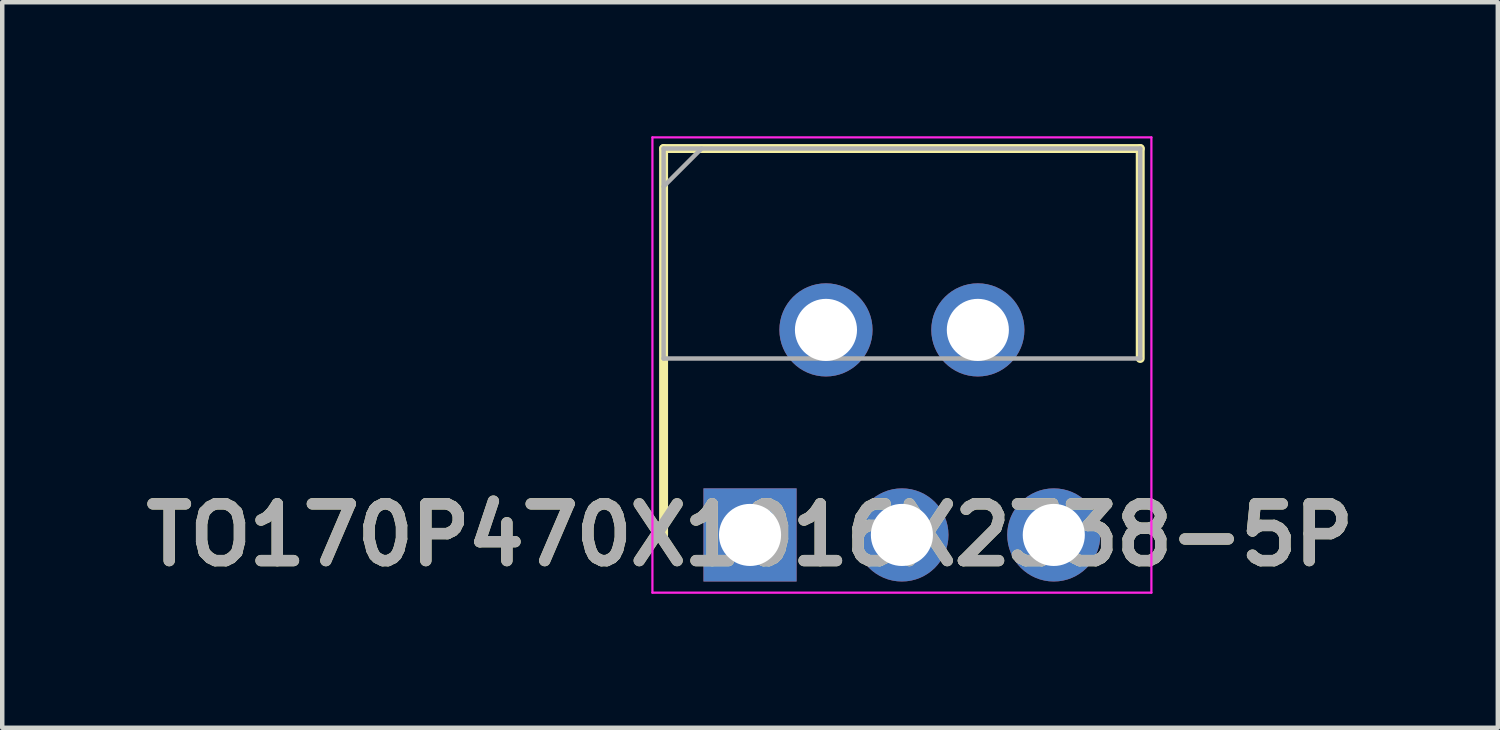
<source format=kicad_pcb>
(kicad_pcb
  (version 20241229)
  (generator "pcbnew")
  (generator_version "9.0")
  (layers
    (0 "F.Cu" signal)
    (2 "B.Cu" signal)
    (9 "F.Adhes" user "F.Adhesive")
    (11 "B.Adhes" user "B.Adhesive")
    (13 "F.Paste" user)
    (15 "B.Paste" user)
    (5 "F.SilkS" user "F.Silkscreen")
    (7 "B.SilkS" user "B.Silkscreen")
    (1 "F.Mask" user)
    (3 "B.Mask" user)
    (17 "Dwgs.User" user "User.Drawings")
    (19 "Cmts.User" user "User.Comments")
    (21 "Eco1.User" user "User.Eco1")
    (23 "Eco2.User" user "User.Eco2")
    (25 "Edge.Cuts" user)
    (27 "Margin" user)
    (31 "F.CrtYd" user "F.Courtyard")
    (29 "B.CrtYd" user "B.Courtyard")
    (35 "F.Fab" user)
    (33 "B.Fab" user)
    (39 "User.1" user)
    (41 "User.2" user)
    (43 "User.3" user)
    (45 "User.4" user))
  (footprint "TO170P470X1016X2338-5P"
    (layer "F.Cu")
    (at 13.74 8.925)
    (property "Reference" "TO170P470X1016X2338-5P" (at 0 0 0) (layer "F.SilkS") (effects (font (size 1.27 1.27) (thickness 0.254))))
    (attr through_hole)
    (fp_line (start -1.935 -8.65) (end -1.935 0) (stroke (width 0.2) (type solid)) (layer "F.SilkS"))
    (fp_line (start 8.735 -8.65) (end -1.935 -8.65) (stroke (width 0.2) (type solid)) (layer "F.SilkS"))
    (fp_line (start 8.735 -3.95) (end 8.735 -8.65) (stroke (width 0.2) (type solid)) (layer "F.SilkS"))
    (fp_line (start -2.185 -8.9) (end 8.985 -8.9) (stroke (width 0.05) (type solid)) (layer "F.CrtYd"))
    (fp_line (start -2.185 1.292) (end -2.185 -8.9) (stroke (width 0.05) (type solid)) (layer "F.CrtYd"))
    (fp_line (start 8.985 -8.9) (end 8.985 1.292) (stroke (width 0.05) (type solid)) (layer "F.CrtYd"))
    (fp_line (start 8.985 1.292) (end -2.185 1.292) (stroke (width 0.05) (type solid)) (layer "F.CrtYd"))
    (fp_line (start -1.935 -8.65) (end 8.735 -8.65) (stroke (width 0.1) (type solid)) (layer "F.Fab"))
    (fp_line (start -1.935 -7.8) (end -1.085 -8.65) (stroke (width 0.1) (type solid)) (layer "F.Fab"))
    (fp_line (start -1.935 -3.95) (end -1.935 -8.65) (stroke (width 0.1) (type solid)) (layer "F.Fab"))
    (fp_line (start 8.735 -8.65) (end 8.735 -3.95) (stroke (width 0.1) (type solid)) (layer "F.Fab"))
    (fp_line (start 8.735 -3.95) (end -1.935 -3.95) (stroke (width 0.1) (type solid)) (layer "F.Fab"))
    (fp_text user "${REFERENCE}" (at 0 0 0) (layer "F.Fab") (effects (font (size 1.27 1.27) (thickness 0.254))))
    (pad "1" thru_hole rect (at 0 0) (size 2.085 2.085) (drill 1.39) (layers "*.Cu" "*.Mask"))
    (pad "2" thru_hole circle (at 1.7 -4.59) (size 2.085 2.085) (drill 1.39) (layers "*.Cu" "*.Mask"))
    (pad "3" thru_hole circle (at 3.4 0) (size 2.085 2.085) (drill 1.39) (layers "*.Cu" "*.Mask"))
    (pad "4" thru_hole circle (at 5.1 -4.59) (size 2.085 2.085) (drill 1.39) (layers "*.Cu" "*.Mask"))
    (pad "5" thru_hole circle (at 6.8 0) (size 2.085 2.085) (drill 1.39) (layers "*.Cu" "*.Mask")))
  (gr_rect
    (start -3 -3)
    (end 30.48 13.242)
    (stroke (width 0.1) (type default))
    (fill no)
    (layer "Edge.Cuts")))
</source>
